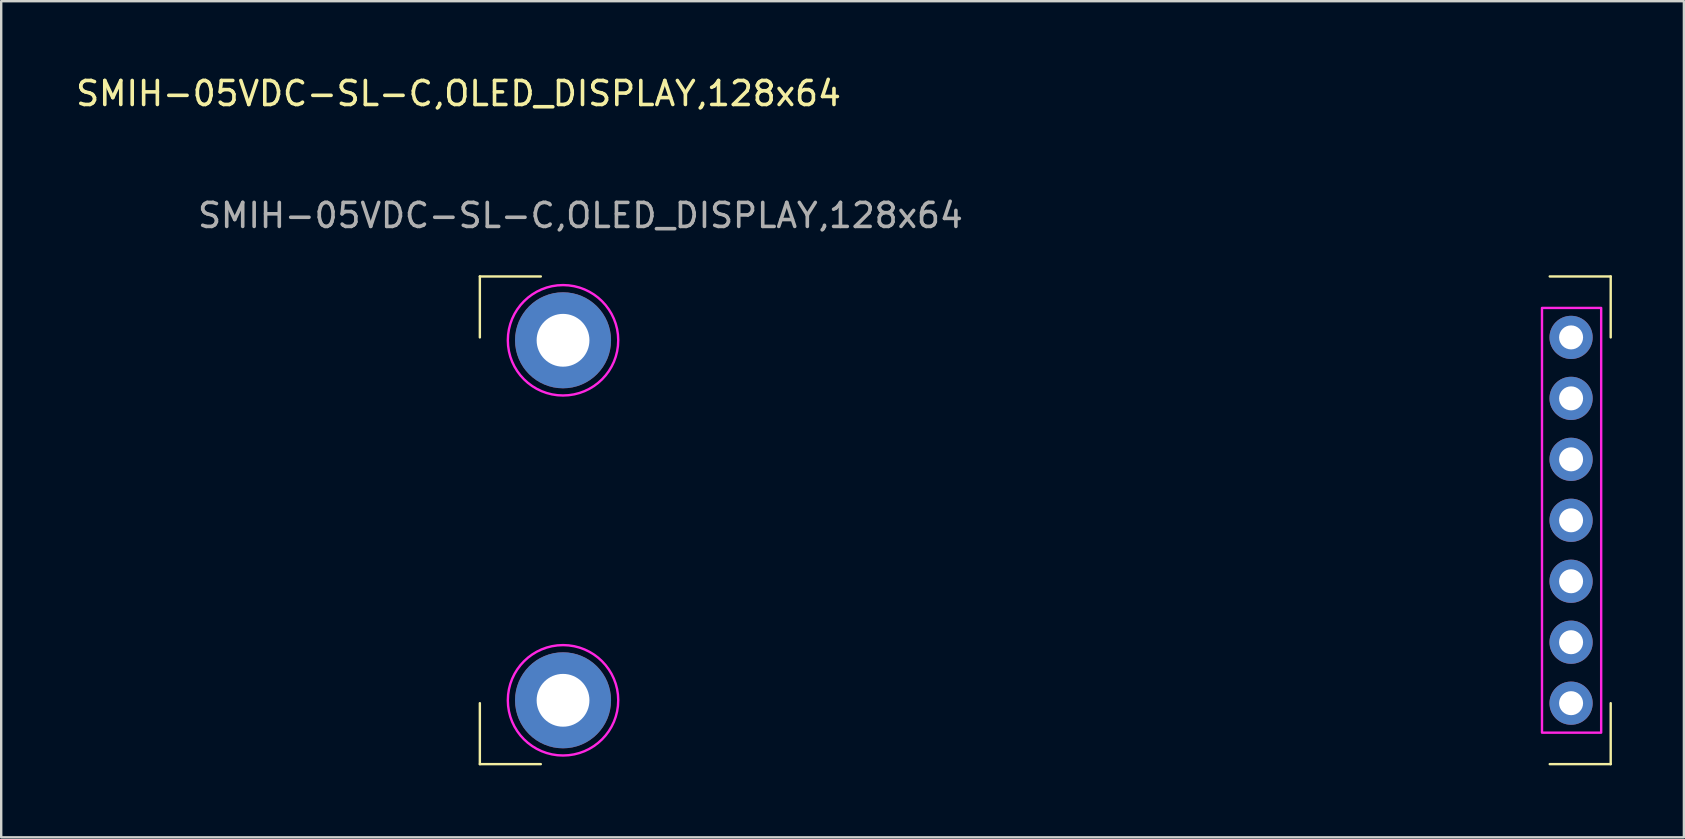
<source format=kicad_pcb>
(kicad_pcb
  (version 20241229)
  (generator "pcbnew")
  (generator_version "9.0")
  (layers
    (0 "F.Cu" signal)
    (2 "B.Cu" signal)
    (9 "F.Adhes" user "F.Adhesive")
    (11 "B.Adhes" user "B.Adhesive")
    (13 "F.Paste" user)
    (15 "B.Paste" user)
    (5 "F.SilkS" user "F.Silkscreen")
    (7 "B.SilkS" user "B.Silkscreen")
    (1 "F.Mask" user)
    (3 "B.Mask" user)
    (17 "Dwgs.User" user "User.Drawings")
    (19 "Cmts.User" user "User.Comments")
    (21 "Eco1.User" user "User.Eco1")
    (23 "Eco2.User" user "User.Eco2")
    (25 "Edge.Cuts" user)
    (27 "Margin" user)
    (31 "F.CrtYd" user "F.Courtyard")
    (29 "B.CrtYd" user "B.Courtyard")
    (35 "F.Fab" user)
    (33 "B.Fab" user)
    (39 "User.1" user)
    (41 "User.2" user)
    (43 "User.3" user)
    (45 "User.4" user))
  (footprint "SMIH-05VDC-SL-C,OLED_DISPLAY,128x64"
    (layer "F.Cu")
    (at 18.594 18.628)
    (property "Reference" "SMIH-05VDC-SL-C,OLED_DISPLAY,128x64" (at -2.54 -17.78 0) (unlocked yes) (layer "F.SilkS") (effects (font (size 1 1) (thickness 0.15))))
    (attr through_hole)
    (fp_line (start -1.651 -10.16) (end -1.651 -7.62) (stroke (width 0.1) (type default)) (layer "F.SilkS"))
    (fp_line (start -1.651 7.62) (end -1.651 10.16) (stroke (width 0.1) (type default)) (layer "F.SilkS"))
    (fp_line (start -1.651 10.16) (end 0.889 10.16) (stroke (width 0.1) (type default)) (layer "F.SilkS"))
    (fp_line (start 0.889 -10.16) (end -1.651 -10.16) (stroke (width 0.1) (type default)) (layer "F.SilkS"))
    (fp_line (start 42.926 10.16) (end 45.466 10.16) (stroke (width 0.1) (type default)) (layer "F.SilkS"))
    (fp_line (start 45.466 -10.16) (end 42.926 -10.16) (stroke (width 0.1) (type default)) (layer "F.SilkS"))
    (fp_line (start 45.466 -7.62) (end 45.466 -10.16) (stroke (width 0.1) (type default)) (layer "F.SilkS"))
    (fp_line (start 45.466 10.16) (end 45.466 7.62) (stroke (width 0.1) (type default)) (layer "F.SilkS"))
    (fp_rect (start 45.069 -8.848) (end 42.603 8.848) (stroke (width 0.1) (type default)) (fill no) (layer "F.CrtYd"))
    (fp_circle (center 1.815 -7.5) (end -0.485 -7.5) (stroke (width 0.1) (type default)) (fill no) (layer "F.CrtYd"))
    (fp_circle (center 1.815 7.5) (end -0.485 7.5) (stroke (width 0.1) (type default)) (fill no) (layer "F.CrtYd"))
    (fp_text user "${REFERENCE}" (at 2.54 -12.7 0) (unlocked yes) (layer "F.Fab") (effects (font (size 1 1) (thickness 0.15))))
    (pad "1" thru_hole circle (at 43.815 -7.62) (size 1.8 1.8) (drill 1) (layers "*.Cu" "*.Mask"))
    (pad "2" thru_hole circle (at 43.815 -5.08) (size 1.8 1.8) (drill 1) (layers "*.Cu" "*.Mask"))
    (pad "3" thru_hole circle (at 43.815 -2.54) (size 1.8 1.8) (drill 1) (layers "*.Cu" "*.Mask"))
    (pad "4" thru_hole circle (at 43.815 0) (size 1.8 1.8) (drill 1) (layers "*.Cu" "*.Mask"))
    (pad "5" thru_hole circle (at 43.815 2.54) (size 1.8 1.8) (drill 1) (layers "*.Cu" "*.Mask"))
    (pad "6" thru_hole circle (at 43.815 5.08) (size 1.8 1.8) (drill 1) (layers "*.Cu" "*.Mask"))
    (pad "7" thru_hole circle (at 43.815 7.62) (size 1.8 1.8) (drill 1) (layers "*.Cu" "*.Mask"))
    (pad "8" thru_hole circle (at 1.815 -7.5) (size 4 4) (drill 2.2) (layers "*.Cu" "*.Mask"))
    (pad "9" thru_hole circle (at 1.815 7.5) (size 4 4) (drill 2.2) (layers "*.Cu" "*.Mask")))
  (gr_rect
    (start -3 -3)
    (end 67.11 31.838)
    (stroke (width 0.1) (type default))
    (fill no)
    (layer "Edge.Cuts")))
</source>
